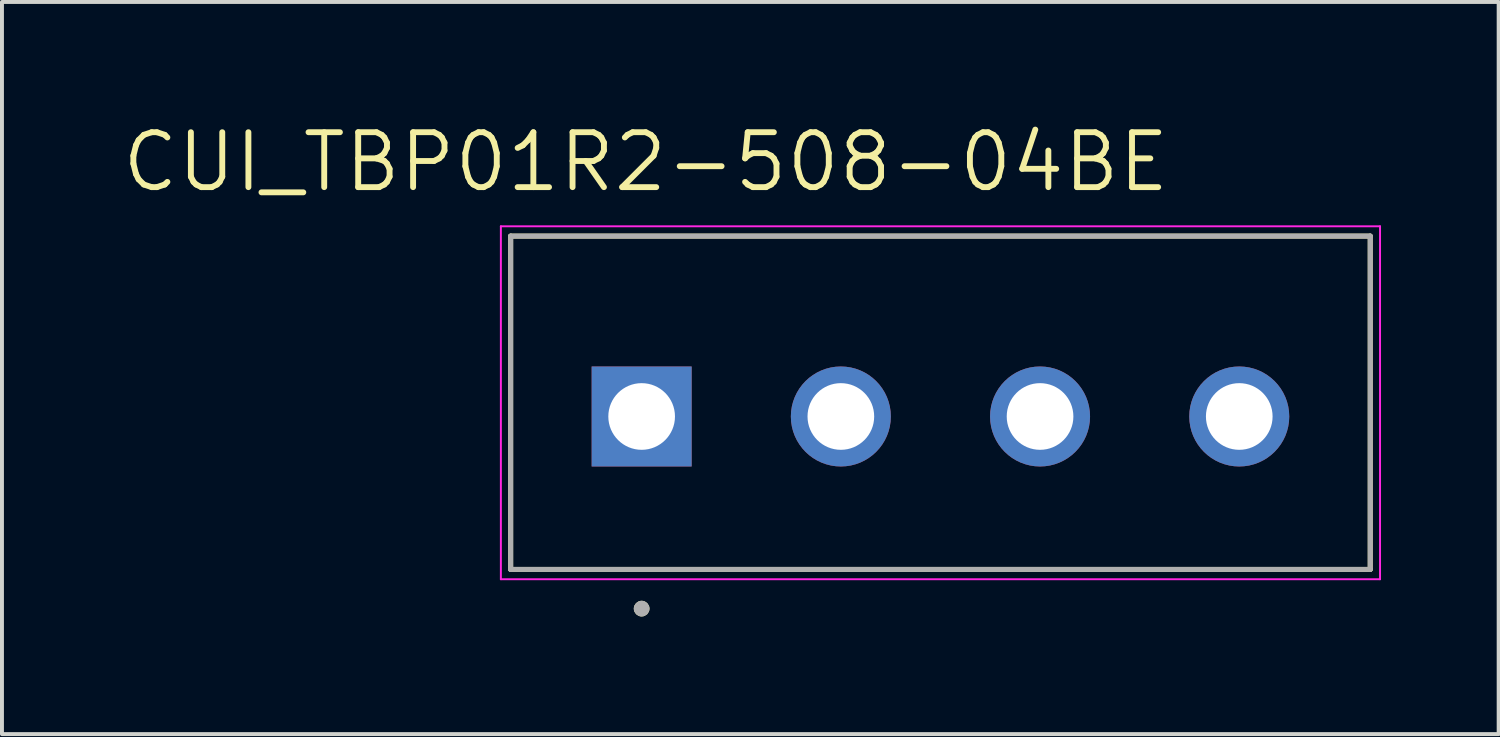
<source format=kicad_pcb>
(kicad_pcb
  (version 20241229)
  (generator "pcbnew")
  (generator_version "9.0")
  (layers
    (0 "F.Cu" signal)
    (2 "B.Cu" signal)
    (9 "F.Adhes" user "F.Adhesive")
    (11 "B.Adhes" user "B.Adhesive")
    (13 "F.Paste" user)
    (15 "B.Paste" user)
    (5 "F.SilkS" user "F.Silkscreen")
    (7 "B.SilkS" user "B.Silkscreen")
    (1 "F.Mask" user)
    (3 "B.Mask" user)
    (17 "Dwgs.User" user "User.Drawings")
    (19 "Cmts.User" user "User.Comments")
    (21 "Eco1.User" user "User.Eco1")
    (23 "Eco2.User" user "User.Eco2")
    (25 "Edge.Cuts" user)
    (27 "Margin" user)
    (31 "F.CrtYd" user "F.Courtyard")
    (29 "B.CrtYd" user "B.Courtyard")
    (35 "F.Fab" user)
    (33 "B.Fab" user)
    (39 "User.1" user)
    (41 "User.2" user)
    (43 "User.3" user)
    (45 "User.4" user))
  (footprint "CUI_TBP01R2-508-04BE"
    (layer "F.Cu")
    (at 13.313 7.571)
    (property "Reference" "CUI_TBP01R2-508-04BE" (at 0.105 -6.489 0) (layer "F.SilkS") (effects (font (size 1.4 1.4) (thickness 0.15))))
    (attr through_hole)
    (fp_line (start -3.34 -4.6) (end 18.58 -4.6) (stroke (width 0.127) (type solid)) (layer "F.SilkS"))
    (fp_line (start -3.34 3.9) (end -3.34 -4.6) (stroke (width 0.127) (type solid)) (layer "F.SilkS"))
    (fp_line (start 18.58 -4.6) (end 18.58 3.9) (stroke (width 0.127) (type solid)) (layer "F.SilkS"))
    (fp_line (start 18.58 3.9) (end -3.34 3.9) (stroke (width 0.127) (type solid)) (layer "F.SilkS"))
    (fp_circle (center 0 4.9) (end 0.1 4.9) (stroke (width 0.2) (type solid)) (fill no) (layer "F.SilkS"))
    (fp_line (start -3.59 -4.85) (end 18.83 -4.85) (stroke (width 0.05) (type solid)) (layer "F.CrtYd"))
    (fp_line (start -3.59 4.15) (end -3.59 -4.85) (stroke (width 0.05) (type solid)) (layer "F.CrtYd"))
    (fp_line (start 18.83 -4.85) (end 18.83 4.15) (stroke (width 0.05) (type solid)) (layer "F.CrtYd"))
    (fp_line (start 18.83 4.15) (end -3.59 4.15) (stroke (width 0.05) (type solid)) (layer "F.CrtYd"))
    (fp_line (start -3.34 -4.6) (end 18.58 -4.6) (stroke (width 0.127) (type solid)) (layer "F.Fab"))
    (fp_line (start -3.34 3.9) (end -3.34 -4.6) (stroke (width 0.127) (type solid)) (layer "F.Fab"))
    (fp_line (start 18.58 -4.6) (end 18.58 3.9) (stroke (width 0.127) (type solid)) (layer "F.Fab"))
    (fp_line (start 18.58 3.9) (end -3.34 3.9) (stroke (width 0.127) (type solid)) (layer "F.Fab"))
    (fp_circle (center 0 4.9) (end 0.1 4.9) (stroke (width 0.2) (type solid)) (fill no) (layer "F.Fab"))
    (pad "1" thru_hole rect (at 0 0) (size 2.55 2.55) (drill 1.7) (layers "*.Cu" "*.Mask"))
    (pad "2" thru_hole circle (at 5.08 0) (size 2.55 2.55) (drill 1.7) (layers "*.Cu" "*.Mask"))
    (pad "3" thru_hole circle (at 10.16 0) (size 2.55 2.55) (drill 1.7) (layers "*.Cu" "*.Mask"))
    (pad "4" thru_hole circle (at 15.24 0) (size 2.55 2.55) (drill 1.7) (layers "*.Cu" "*.Mask")))
  (gr_rect
    (start -3 -3)
    (end 35.168 15.671)
    (stroke (width 0.1) (type default))
    (fill no)
    (layer "Edge.Cuts")))
</source>
